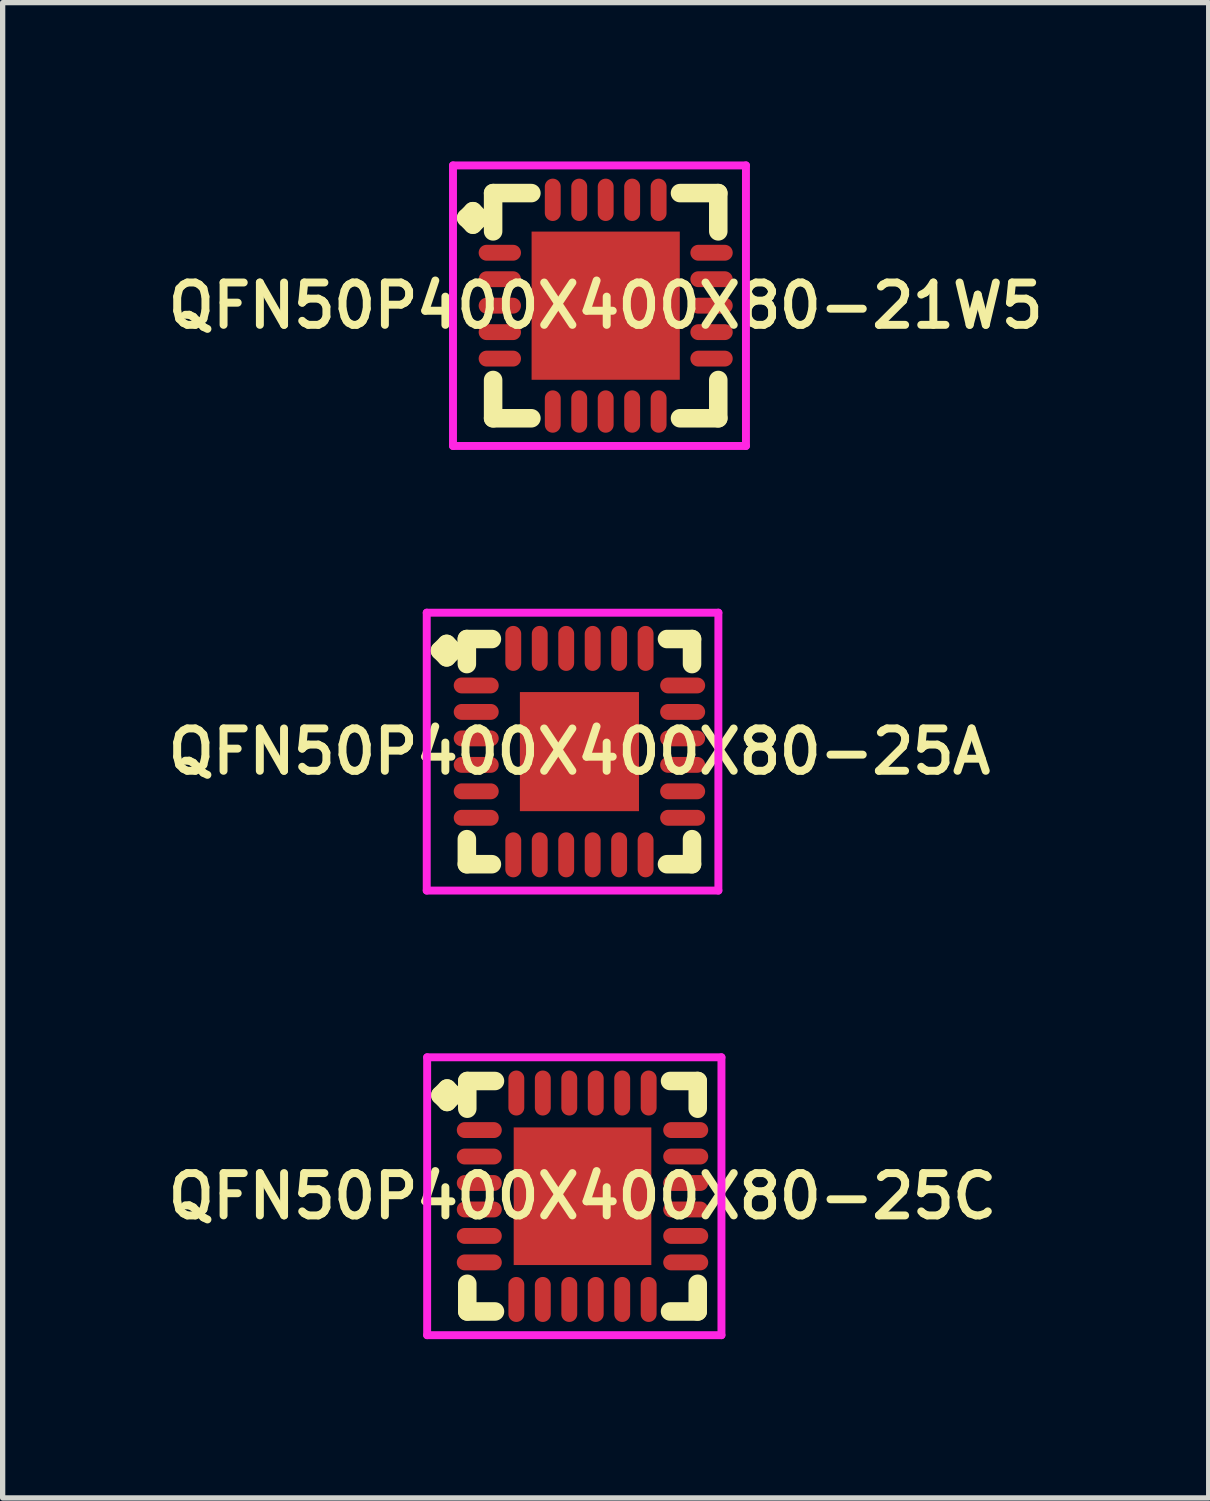
<source format=kicad_pcb>
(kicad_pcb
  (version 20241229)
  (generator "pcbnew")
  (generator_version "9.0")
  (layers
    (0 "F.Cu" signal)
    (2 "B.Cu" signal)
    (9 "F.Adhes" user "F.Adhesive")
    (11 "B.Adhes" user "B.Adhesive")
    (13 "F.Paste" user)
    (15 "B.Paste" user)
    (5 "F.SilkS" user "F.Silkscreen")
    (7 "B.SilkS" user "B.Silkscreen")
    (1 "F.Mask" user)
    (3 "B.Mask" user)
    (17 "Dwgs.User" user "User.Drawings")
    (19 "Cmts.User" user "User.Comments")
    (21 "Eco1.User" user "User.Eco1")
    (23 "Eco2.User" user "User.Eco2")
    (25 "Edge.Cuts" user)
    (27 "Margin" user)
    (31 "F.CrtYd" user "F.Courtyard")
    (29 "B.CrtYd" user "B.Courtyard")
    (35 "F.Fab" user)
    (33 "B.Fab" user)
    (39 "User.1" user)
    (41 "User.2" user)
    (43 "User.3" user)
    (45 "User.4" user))
  (footprint "QFN50P400X400X80-25A"
    (layer "F.Cu")
    (at 7.897 11.15)
    (property "Reference" "QFN50P400X400X80-25A" (at 0 0 0) (layer "F.SilkS") (effects (font (size 0.8 0.8) (thickness 0.15))))
    (attr smd)
    (fp_line (start -2.635 -1.908) (end -2.508 -2.035) (stroke (width 0.35) (type solid)) (layer "F.SilkS"))
    (fp_line (start -2.508 -2.035) (end -2.381 -1.908) (stroke (width 0.35) (type solid)) (layer "F.SilkS"))
    (fp_line (start -2.508 -1.781) (end -2.635 -1.908) (stroke (width 0.35) (type solid)) (layer "F.SilkS"))
    (fp_line (start -2.381 -1.908) (end -2.508 -1.781) (stroke (width 0.35) (type solid)) (layer "F.SilkS"))
    (fp_line (start -2.127 -2.127) (end -1.654 -2.127) (stroke (width 0.35) (type solid)) (layer "F.SilkS"))
    (fp_line (start -2.127 -1.654) (end -2.127 -2.127) (stroke (width 0.35) (type solid)) (layer "F.SilkS"))
    (fp_line (start -2.127 1.654) (end -2.127 2.127) (stroke (width 0.35) (type solid)) (layer "F.SilkS"))
    (fp_line (start -2.127 2.127) (end -1.654 2.127) (stroke (width 0.35) (type solid)) (layer "F.SilkS"))
    (fp_line (start 1.654 -2.127) (end 2.127 -2.127) (stroke (width 0.35) (type solid)) (layer "F.SilkS"))
    (fp_line (start 1.654 2.127) (end 2.127 2.127) (stroke (width 0.35) (type solid)) (layer "F.SilkS"))
    (fp_line (start 2.127 -2.127) (end 2.127 -1.654) (stroke (width 0.35) (type solid)) (layer "F.SilkS"))
    (fp_line (start 2.127 2.127) (end 2.127 1.654) (stroke (width 0.35) (type solid)) (layer "F.SilkS"))
    (fp_line (start -2.885 -2.625) (end 2.625 -2.625) (stroke (width 0.15) (type solid)) (layer "F.CrtYd"))
    (fp_line (start -2.885 2.625) (end -2.885 -2.625) (stroke (width 0.15) (type solid)) (layer "F.CrtYd"))
    (fp_line (start 2.625 -2.625) (end 2.625 2.625) (stroke (width 0.15) (type solid)) (layer "F.CrtYd"))
    (fp_line (start 2.625 2.625) (end -2.885 2.625) (stroke (width 0.15) (type solid)) (layer "F.CrtYd"))
    (pad "1" smd oval (at -1.95 -1.25) (size 0.85 0.3) (layers "F.Cu" "F.Mask" "F.Paste"))
    (pad "2" smd oval (at -1.95 -0.75) (size 0.85 0.3) (layers "F.Cu" "F.Mask" "F.Paste"))
    (pad "3" smd oval (at -1.95 -0.25) (size 0.85 0.3) (layers "F.Cu" "F.Mask" "F.Paste"))
    (pad "4" smd oval (at -1.95 0.25) (size 0.85 0.3) (layers "F.Cu" "F.Mask" "F.Paste"))
    (pad "5" smd oval (at -1.95 0.75) (size 0.85 0.3) (layers "F.Cu" "F.Mask" "F.Paste"))
    (pad "6" smd oval (at -1.95 1.25) (size 0.85 0.3) (layers "F.Cu" "F.Mask" "F.Paste"))
    (pad "7" smd oval (at -1.25 1.95) (size 0.3 0.85) (layers "F.Cu" "F.Mask" "F.Paste"))
    (pad "8" smd oval (at -0.75 1.95) (size 0.3 0.85) (layers "F.Cu" "F.Mask" "F.Paste"))
    (pad "9" smd oval (at -0.25 1.95) (size 0.3 0.85) (layers "F.Cu" "F.Mask" "F.Paste"))
    (pad "10" smd oval (at 0.25 1.95) (size 0.3 0.85) (layers "F.Cu" "F.Mask" "F.Paste"))
    (pad "11" smd oval (at 0.75 1.95) (size 0.3 0.85) (layers "F.Cu" "F.Mask" "F.Paste"))
    (pad "12" smd oval (at 1.25 1.95) (size 0.3 0.85) (layers "F.Cu" "F.Mask" "F.Paste"))
    (pad "13" smd oval (at 1.95 1.25) (size 0.85 0.3) (layers "F.Cu" "F.Mask" "F.Paste"))
    (pad "14" smd oval (at 1.95 0.75) (size 0.85 0.3) (layers "F.Cu" "F.Mask" "F.Paste"))
    (pad "15" smd oval (at 1.95 0.25) (size 0.85 0.3) (layers "F.Cu" "F.Mask" "F.Paste"))
    (pad "16" smd oval (at 1.95 -0.25) (size 0.85 0.3) (layers "F.Cu" "F.Mask" "F.Paste"))
    (pad "17" smd oval (at 1.95 -0.75) (size 0.85 0.3) (layers "F.Cu" "F.Mask" "F.Paste"))
    (pad "18" smd oval (at 1.95 -1.25) (size 0.85 0.3) (layers "F.Cu" "F.Mask" "F.Paste"))
    (pad "19" smd oval (at 1.25 -1.95) (size 0.3 0.85) (layers "F.Cu" "F.Mask" "F.Paste"))
    (pad "20" smd oval (at 0.75 -1.95) (size 0.3 0.85) (layers "F.Cu" "F.Mask" "F.Paste"))
    (pad "21" smd oval (at 0.25 -1.95) (size 0.3 0.85) (layers "F.Cu" "F.Mask" "F.Paste"))
    (pad "22" smd oval (at -0.25 -1.95) (size 0.3 0.85) (layers "F.Cu" "F.Mask" "F.Paste"))
    (pad "23" smd oval (at -0.75 -1.95) (size 0.3 0.85) (layers "F.Cu" "F.Mask" "F.Paste"))
    (pad "24" smd oval (at -1.25 -1.95) (size 0.3 0.85) (layers "F.Cu" "F.Mask" "F.Paste"))
    (pad "25" smd rect (at 0 0) (size 2.25 2.25) (layers "F.Cu" "F.Mask" "F.Paste")))
  (footprint "QFN50P400X400X80-21W5"
    (layer "F.Cu")
    (at 8.393 2.725)
    (property "Reference" "QFN50P400X400X80-21W5" (at 0 0 0) (layer "F.SilkS") (effects (font (size 0.8 0.8) (thickness 0.15))))
    (attr smd)
    (fp_line (start -2.635 -1.658) (end -2.508 -1.785) (stroke (width 0.35) (type solid)) (layer "F.SilkS"))
    (fp_line (start -2.508 -1.785) (end -2.381 -1.658) (stroke (width 0.35) (type solid)) (layer "F.SilkS"))
    (fp_line (start -2.508 -1.531) (end -2.635 -1.658) (stroke (width 0.35) (type solid)) (layer "F.SilkS"))
    (fp_line (start -2.381 -1.658) (end -2.508 -1.531) (stroke (width 0.35) (type solid)) (layer "F.SilkS"))
    (fp_line (start -2.127 -2.127) (end -1.404 -2.127) (stroke (width 0.35) (type solid)) (layer "F.SilkS"))
    (fp_line (start -2.127 -1.404) (end -2.127 -2.127) (stroke (width 0.35) (type solid)) (layer "F.SilkS"))
    (fp_line (start -2.127 1.404) (end -2.127 2.127) (stroke (width 0.35) (type solid)) (layer "F.SilkS"))
    (fp_line (start -2.127 2.127) (end -1.404 2.127) (stroke (width 0.35) (type solid)) (layer "F.SilkS"))
    (fp_line (start 1.404 -2.127) (end 2.127 -2.127) (stroke (width 0.35) (type solid)) (layer "F.SilkS"))
    (fp_line (start 1.404 2.127) (end 2.127 2.127) (stroke (width 0.35) (type solid)) (layer "F.SilkS"))
    (fp_line (start 2.127 -2.127) (end 2.127 -1.404) (stroke (width 0.35) (type solid)) (layer "F.SilkS"))
    (fp_line (start 2.127 2.127) (end 2.127 1.404) (stroke (width 0.35) (type solid)) (layer "F.SilkS"))
    (fp_line (start -2.885 -2.65) (end 2.65 -2.65) (stroke (width 0.15) (type solid)) (layer "F.CrtYd"))
    (fp_line (start -2.885 2.65) (end -2.885 -2.65) (stroke (width 0.15) (type solid)) (layer "F.CrtYd"))
    (fp_line (start 2.65 -2.65) (end 2.65 2.65) (stroke (width 0.15) (type solid)) (layer "F.CrtYd"))
    (fp_line (start 2.65 2.65) (end -2.885 2.65) (stroke (width 0.15) (type solid)) (layer "F.CrtYd"))
    (pad "1" smd oval (at -2 -1) (size 0.8 0.3) (layers "F.Cu" "F.Mask" "F.Paste"))
    (pad "2" smd oval (at -2 -0.5) (size 0.8 0.3) (layers "F.Cu" "F.Mask" "F.Paste"))
    (pad "3" smd oval (at -2 0) (size 0.8 0.3) (layers "F.Cu" "F.Mask" "F.Paste"))
    (pad "4" smd oval (at -2 0.5) (size 0.8 0.3) (layers "F.Cu" "F.Mask" "F.Paste"))
    (pad "5" smd oval (at -2 1) (size 0.8 0.3) (layers "F.Cu" "F.Mask" "F.Paste"))
    (pad "6" smd oval (at -1 2) (size 0.3 0.8) (layers "F.Cu" "F.Mask" "F.Paste"))
    (pad "7" smd oval (at -0.5 2) (size 0.3 0.8) (layers "F.Cu" "F.Mask" "F.Paste"))
    (pad "8" smd oval (at 0 2) (size 0.3 0.8) (layers "F.Cu" "F.Mask" "F.Paste"))
    (pad "9" smd oval (at 0.5 2) (size 0.3 0.8) (layers "F.Cu" "F.Mask" "F.Paste"))
    (pad "10" smd oval (at 1 2) (size 0.3 0.8) (layers "F.Cu" "F.Mask" "F.Paste"))
    (pad "11" smd oval (at 2 1) (size 0.8 0.3) (layers "F.Cu" "F.Mask" "F.Paste"))
    (pad "12" smd oval (at 2 0.5) (size 0.8 0.3) (layers "F.Cu" "F.Mask" "F.Paste"))
    (pad "13" smd oval (at 2 0) (size 0.8 0.3) (layers "F.Cu" "F.Mask" "F.Paste"))
    (pad "14" smd oval (at 2 -0.5) (size 0.8 0.3) (layers "F.Cu" "F.Mask" "F.Paste"))
    (pad "15" smd oval (at 2 -1) (size 0.8 0.3) (layers "F.Cu" "F.Mask" "F.Paste"))
    (pad "16" smd oval (at 1 -2) (size 0.3 0.8) (layers "F.Cu" "F.Mask" "F.Paste"))
    (pad "17" smd oval (at 0.5 -2) (size 0.3 0.8) (layers "F.Cu" "F.Mask" "F.Paste"))
    (pad "18" smd oval (at 0 -2) (size 0.3 0.8) (layers "F.Cu" "F.Mask" "F.Paste"))
    (pad "19" smd oval (at -0.5 -2) (size 0.3 0.8) (layers "F.Cu" "F.Mask" "F.Paste"))
    (pad "20" smd oval (at -1 -2) (size 0.3 0.8) (layers "F.Cu" "F.Mask" "F.Paste"))
    (pad "21" smd rect (at 0 0) (size 2.8 2.8) (layers "F.Cu" "F.Mask" "F.Paste")))
  (footprint "QFN50P400X400X80-25C"
    (layer "F.Cu")
    (at 7.955 19.55)
    (property "Reference" "QFN50P400X400X80-25C" (at 0 0 0) (layer "F.SilkS") (effects (font (size 0.8 0.8) (thickness 0.15))))
    (attr smd)
    (fp_line (start -2.685 -1.908) (end -2.558 -2.035) (stroke (width 0.35) (type solid)) (layer "F.SilkS"))
    (fp_line (start -2.558 -2.035) (end -2.431 -1.908) (stroke (width 0.35) (type solid)) (layer "F.SilkS"))
    (fp_line (start -2.558 -1.781) (end -2.685 -1.908) (stroke (width 0.35) (type solid)) (layer "F.SilkS"))
    (fp_line (start -2.431 -1.908) (end -2.558 -1.781) (stroke (width 0.35) (type solid)) (layer "F.SilkS"))
    (fp_line (start -2.177 -2.177) (end -1.654 -2.177) (stroke (width 0.35) (type solid)) (layer "F.SilkS"))
    (fp_line (start -2.177 -1.654) (end -2.177 -2.177) (stroke (width 0.35) (type solid)) (layer "F.SilkS"))
    (fp_line (start -2.177 1.654) (end -2.177 2.177) (stroke (width 0.35) (type solid)) (layer "F.SilkS"))
    (fp_line (start -2.177 2.177) (end -1.654 2.177) (stroke (width 0.35) (type solid)) (layer "F.SilkS"))
    (fp_line (start 1.654 -2.177) (end 2.177 -2.177) (stroke (width 0.35) (type solid)) (layer "F.SilkS"))
    (fp_line (start 1.654 2.177) (end 2.177 2.177) (stroke (width 0.35) (type solid)) (layer "F.SilkS"))
    (fp_line (start 2.177 -2.177) (end 2.177 -1.654) (stroke (width 0.35) (type solid)) (layer "F.SilkS"))
    (fp_line (start 2.177 2.177) (end 2.177 1.654) (stroke (width 0.35) (type solid)) (layer "F.SilkS"))
    (fp_line (start -2.935 -2.625) (end 2.625 -2.625) (stroke (width 0.15) (type solid)) (layer "F.CrtYd"))
    (fp_line (start -2.935 2.625) (end -2.935 -2.625) (stroke (width 0.15) (type solid)) (layer "F.CrtYd"))
    (fp_line (start 2.625 -2.625) (end 2.625 2.625) (stroke (width 0.15) (type solid)) (layer "F.CrtYd"))
    (fp_line (start 2.625 2.625) (end -2.935 2.625) (stroke (width 0.15) (type solid)) (layer "F.CrtYd"))
    (pad "1" smd oval (at -1.95 -1.25) (size 0.85 0.3) (layers "F.Cu" "F.Mask" "F.Paste"))
    (pad "2" smd oval (at -1.95 -0.75) (size 0.85 0.3) (layers "F.Cu" "F.Mask" "F.Paste"))
    (pad "3" smd oval (at -1.95 -0.25) (size 0.85 0.3) (layers "F.Cu" "F.Mask" "F.Paste"))
    (pad "4" smd oval (at -1.95 0.25) (size 0.85 0.3) (layers "F.Cu" "F.Mask" "F.Paste"))
    (pad "5" smd oval (at -1.95 0.75) (size 0.85 0.3) (layers "F.Cu" "F.Mask" "F.Paste"))
    (pad "6" smd oval (at -1.95 1.25) (size 0.85 0.3) (layers "F.Cu" "F.Mask" "F.Paste"))
    (pad "7" smd oval (at -1.25 1.95) (size 0.3 0.85) (layers "F.Cu" "F.Mask" "F.Paste"))
    (pad "8" smd oval (at -0.75 1.95) (size 0.3 0.85) (layers "F.Cu" "F.Mask" "F.Paste"))
    (pad "9" smd oval (at -0.25 1.95) (size 0.3 0.85) (layers "F.Cu" "F.Mask" "F.Paste"))
    (pad "10" smd oval (at 0.25 1.95) (size 0.3 0.85) (layers "F.Cu" "F.Mask" "F.Paste"))
    (pad "11" smd oval (at 0.75 1.95) (size 0.3 0.85) (layers "F.Cu" "F.Mask" "F.Paste"))
    (pad "12" smd oval (at 1.25 1.95) (size 0.3 0.85) (layers "F.Cu" "F.Mask" "F.Paste"))
    (pad "13" smd oval (at 1.95 1.25) (size 0.85 0.3) (layers "F.Cu" "F.Mask" "F.Paste"))
    (pad "14" smd oval (at 1.95 0.75) (size 0.85 0.3) (layers "F.Cu" "F.Mask" "F.Paste"))
    (pad "15" smd oval (at 1.95 0.25) (size 0.85 0.3) (layers "F.Cu" "F.Mask" "F.Paste"))
    (pad "16" smd oval (at 1.95 -0.25) (size 0.85 0.3) (layers "F.Cu" "F.Mask" "F.Paste"))
    (pad "17" smd oval (at 1.95 -0.75) (size 0.85 0.3) (layers "F.Cu" "F.Mask" "F.Paste"))
    (pad "18" smd oval (at 1.95 -1.25) (size 0.85 0.3) (layers "F.Cu" "F.Mask" "F.Paste"))
    (pad "19" smd oval (at 1.25 -1.95) (size 0.3 0.85) (layers "F.Cu" "F.Mask" "F.Paste"))
    (pad "20" smd oval (at 0.75 -1.95) (size 0.3 0.85) (layers "F.Cu" "F.Mask" "F.Paste"))
    (pad "21" smd oval (at 0.25 -1.95) (size 0.3 0.85) (layers "F.Cu" "F.Mask" "F.Paste"))
    (pad "22" smd oval (at -0.25 -1.95) (size 0.3 0.85) (layers "F.Cu" "F.Mask" "F.Paste"))
    (pad "23" smd oval (at -0.75 -1.95) (size 0.3 0.85) (layers "F.Cu" "F.Mask" "F.Paste"))
    (pad "24" smd oval (at -1.25 -1.95) (size 0.3 0.85) (layers "F.Cu" "F.Mask" "F.Paste"))
    (pad "25" smd rect (at 0 0) (size 2.6 2.6) (layers "F.Cu" "F.Mask" "F.Paste")))
  (gr_rect
    (start -3 -3)
    (end 19.785 25.25)
    (stroke (width 0.1) (type default))
    (fill no)
    (layer "Edge.Cuts")))
</source>
